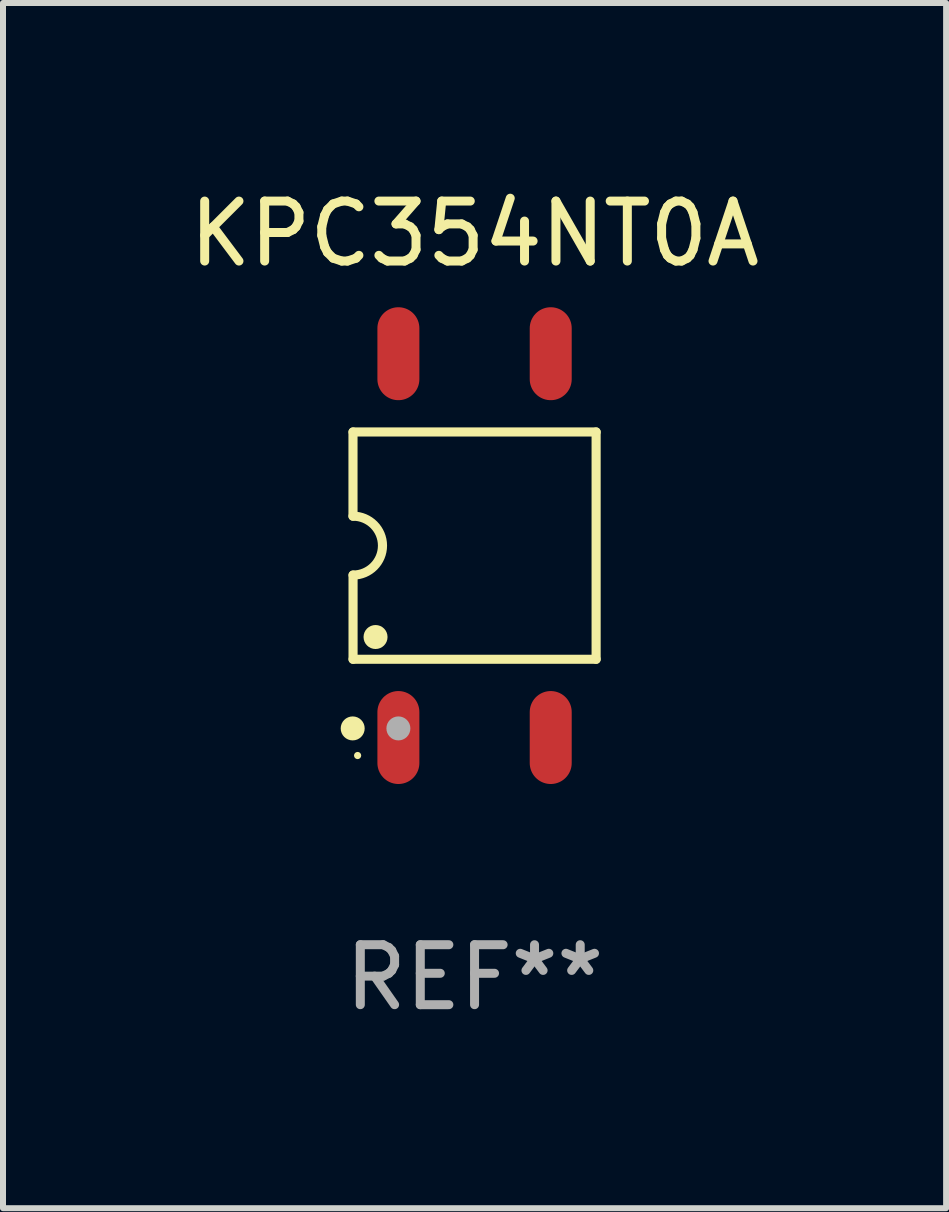
<source format=kicad_pcb>
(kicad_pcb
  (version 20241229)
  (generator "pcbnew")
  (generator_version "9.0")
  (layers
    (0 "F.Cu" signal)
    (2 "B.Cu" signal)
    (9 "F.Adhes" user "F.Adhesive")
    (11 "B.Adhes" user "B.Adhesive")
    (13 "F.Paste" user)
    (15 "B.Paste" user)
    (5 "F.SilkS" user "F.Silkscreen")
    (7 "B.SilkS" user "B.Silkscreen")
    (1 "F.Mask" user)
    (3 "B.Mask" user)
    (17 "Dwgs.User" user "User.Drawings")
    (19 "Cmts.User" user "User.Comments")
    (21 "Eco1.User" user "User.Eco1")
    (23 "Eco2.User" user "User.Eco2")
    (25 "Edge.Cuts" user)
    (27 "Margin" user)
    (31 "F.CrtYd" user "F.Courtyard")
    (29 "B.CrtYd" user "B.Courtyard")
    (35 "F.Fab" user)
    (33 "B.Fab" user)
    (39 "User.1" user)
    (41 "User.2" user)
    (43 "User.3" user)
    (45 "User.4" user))
  (footprint "KPC354NT0A"
    (layer "F.Cu")
    (at 4.863 6.048)
    (property "Reference" "KPC354NT0A" (at 0 -5.2 0) (layer "F.SilkS") (effects (font (size 1 1) (thickness 0.15))))
    (attr through_hole)
    (fp_line (start -2.027 -0.491) (end -2.027 -1.895) (stroke (width 0.152) (type solid)) (layer "F.SilkS"))
    (fp_line (start -2.026 -1.895) (end 2.027 -1.895) (stroke (width 0.152) (type solid)) (layer "F.SilkS"))
    (fp_line (start -2.026 0.491) (end -2.026 1.895) (stroke (width 0.152) (type solid)) (layer "F.SilkS"))
    (fp_line (start 2.027 -1.895) (end 2.027 1.895) (stroke (width 0.152) (type solid)) (layer "F.SilkS"))
    (fp_line (start 2.027 1.895) (end -2.026 1.895) (stroke (width 0.152) (type solid)) (layer "F.SilkS"))
    (fp_arc (start -2.026568 -0.491059) (mid -1.535509 -0.00038) (end -2.025832 0.491034) (stroke (width 0.1524) (type solid)) (layer "F.SilkS"))
    (fp_circle (center -2.032 3.048) (end -1.932 3.048) (stroke (width 0.2) (type solid)) (fill no) (layer "F.SilkS"))
    (fp_circle (center -1.95 3.5) (end -1.92 3.5) (stroke (width 0.06) (type solid)) (fill no) (layer "F.SilkS"))
    (fp_circle (center -1.651 1.524) (end -1.551 1.524) (stroke (width 0.2) (type solid)) (fill no) (layer "F.SilkS"))
    (fp_circle (center -1.27 3.048) (end -1.17 3.048) (stroke (width 0.2) (type solid)) (fill no) (layer "F.Fab"))
    (fp_text user "REF**" (at 0 7.2 0) (layer "F.Fab") (effects (font (size 1 1) (thickness 0.15))))
    (pad "1" smd oval (at -1.27 3.2) (size 0.7 1.55) (layers "F.Cu" "F.Mask" "F.Paste"))
    (pad "2" smd oval (at 1.27 3.2) (size 0.7 1.55) (layers "F.Cu" "F.Mask" "F.Paste"))
    (pad "3" smd oval (at 1.27 -3.2) (size 0.7 1.55) (layers "F.Cu" "F.Mask" "F.Paste"))
    (pad "4" smd oval (at -1.27 -3.2) (size 0.7 1.55) (layers "F.Cu" "F.Mask" "F.Paste")))
  (gr_rect
    (start -3 -3)
    (end 12.726 17.096)
    (stroke (width 0.1) (type default))
    (fill no)
    (layer "Edge.Cuts")))
</source>
